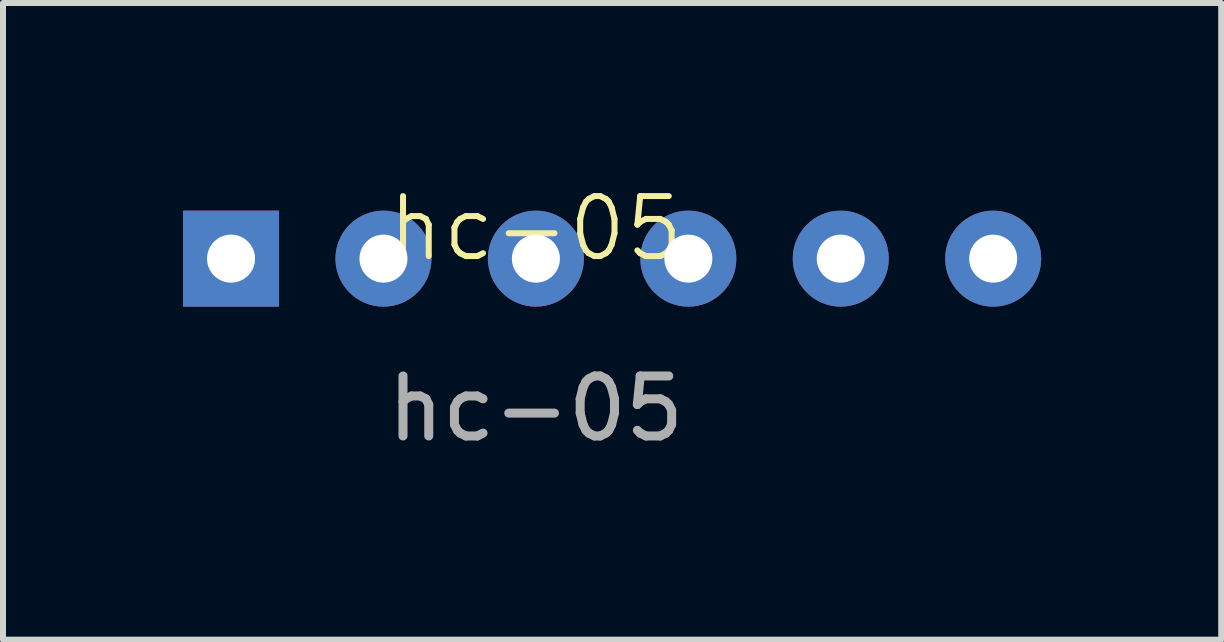
<source format=kicad_pcb>
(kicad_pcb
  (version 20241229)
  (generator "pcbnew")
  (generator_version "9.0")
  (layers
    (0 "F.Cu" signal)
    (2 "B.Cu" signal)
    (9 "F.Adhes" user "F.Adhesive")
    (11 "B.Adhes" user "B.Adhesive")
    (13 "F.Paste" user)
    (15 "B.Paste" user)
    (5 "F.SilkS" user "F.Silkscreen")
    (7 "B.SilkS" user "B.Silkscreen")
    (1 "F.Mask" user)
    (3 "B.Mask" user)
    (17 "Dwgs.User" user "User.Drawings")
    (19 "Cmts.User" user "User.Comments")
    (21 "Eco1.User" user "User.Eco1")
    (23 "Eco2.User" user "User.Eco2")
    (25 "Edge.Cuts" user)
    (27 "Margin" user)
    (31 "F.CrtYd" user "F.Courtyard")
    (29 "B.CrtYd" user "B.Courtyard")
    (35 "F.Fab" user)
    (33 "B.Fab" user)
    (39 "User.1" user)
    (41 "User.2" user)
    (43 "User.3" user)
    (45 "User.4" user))
  (footprint "hc-05"
    (layer "F.Cu")
    (at 5.88 1.26)
    (property "Reference" "hc-05" (at 0 -0.5 0) (unlocked yes) (layer "F.SilkS") (effects (font (size 1 1) (thickness 0.1))))
    (attr through_hole)
    (fp_text user "${REFERENCE}" (at 0 2.5 0) (unlocked yes) (layer "F.Fab") (effects (font (size 1 1) (thickness 0.15))))
    (pad "1" thru_hole rect (at -5.08 0) (size 1.6 1.6) (drill 0.8) (layers "*.Cu" "*.Mask"))
    (pad "2" thru_hole circle (at -2.54 0) (size 1.6 1.6) (drill 0.8) (layers "*.Cu" "*.Mask"))
    (pad "3" thru_hole circle (at 0 0) (size 1.6 1.6) (drill 0.8) (layers "*.Cu" "*.Mask"))
    (pad "4" thru_hole circle (at 2.54 0) (size 1.6 1.6) (drill 0.8) (layers "*.Cu" "*.Mask"))
    (pad "5" thru_hole circle (at 5.08 0) (size 1.6 1.6) (drill 0.8) (layers "*.Cu" "*.Mask"))
    (pad "6" thru_hole circle (at 7.62 0) (size 1.6 1.6) (drill 0.8) (layers "*.Cu" "*.Mask")))
  (gr_rect
    (start -3 -3)
    (end 17.3 7.609)
    (stroke (width 0.1) (type default))
    (fill no)
    (layer "Edge.Cuts")))
</source>
